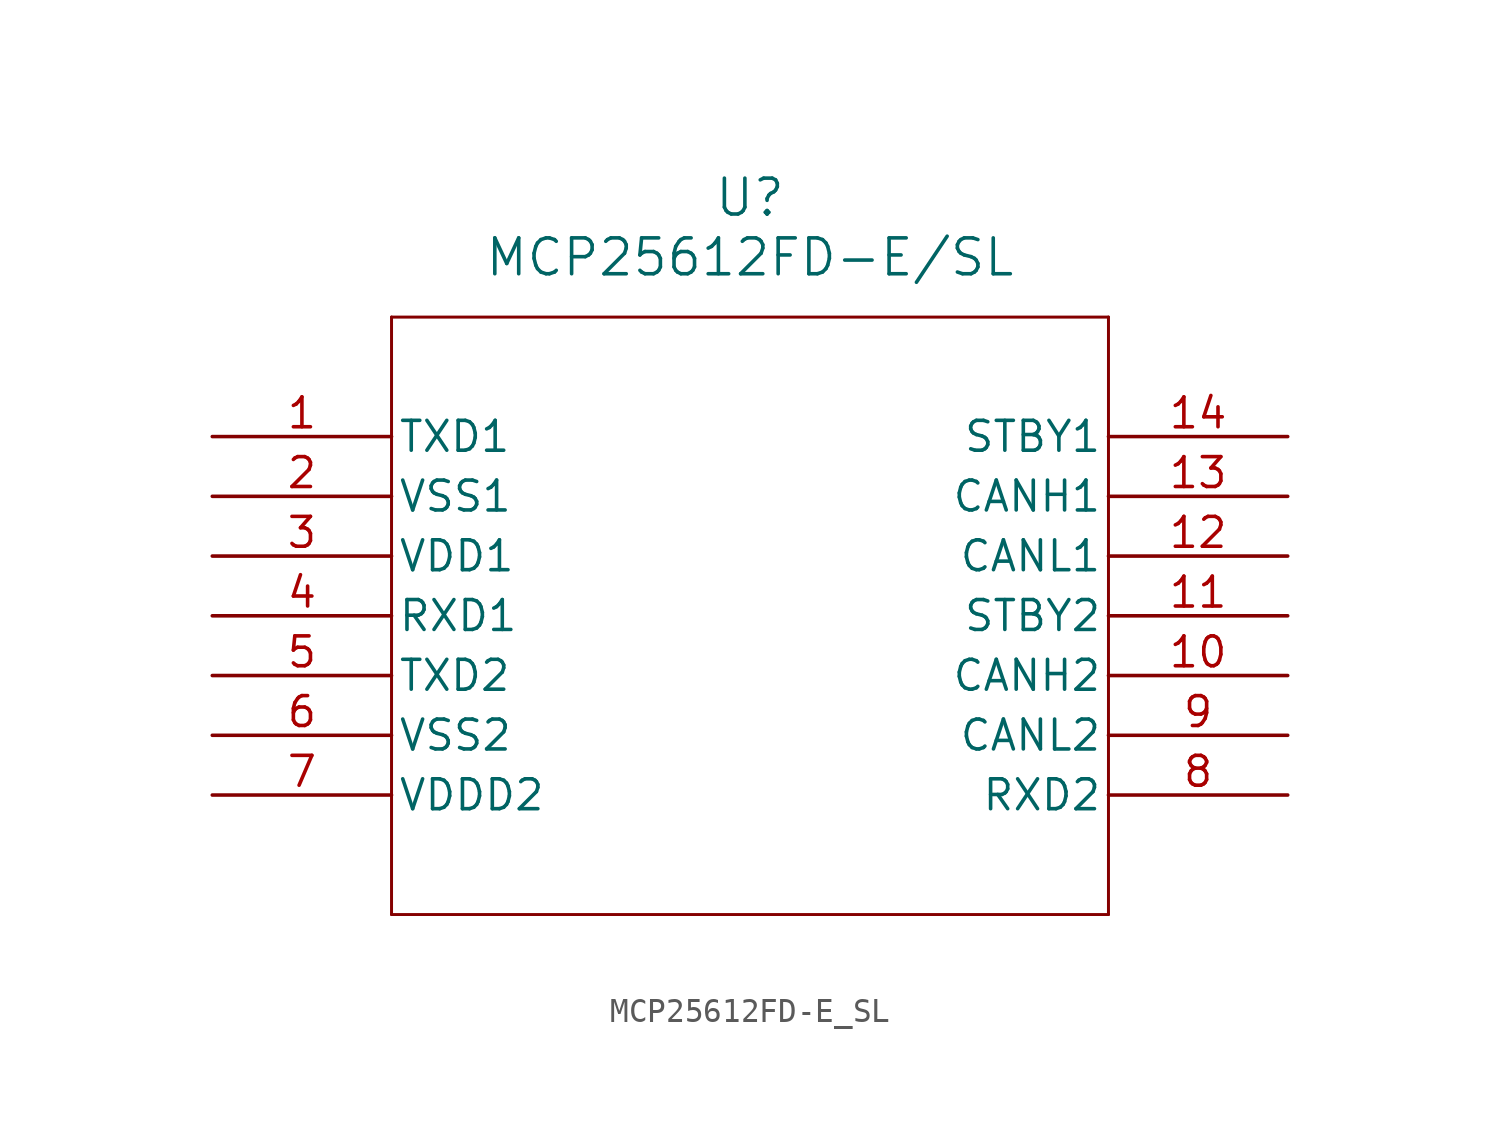
<source format=kicad_sym>
(kicad_symbol_lib
  (version 20211014)
  (generator kicad_symbol_editor)
  (symbol "MCP25612FD-E_SL"
    (pin_names
      (offset 0.254))
    (property "Reference" "U"
      (at 22.86 10.16 0)
      (effects (font (size 1.524 1.524))))
    (property "Value" "MCP25612FD-E/SL"
      (at 22.86 7.62 0)
      (effects (font (size 1.524 1.524))))
    (symbol "MCP25612FD-E_SL_0_1"
      (polyline (pts (xy 7.62 5.08) (xy 7.62 -20.32)) (stroke (width 0.127) (type default) (color 0 0 0 0)) (fill (type none)))
      (polyline (pts (xy 7.62 -20.32) (xy 38.1 -20.32)) (stroke (width 0.127) (type default) (color 0 0 0 0)) (fill (type none)))
      (polyline (pts (xy 38.1 -20.32) (xy 38.1 5.08)) (stroke (width 0.127) (type default) (color 0 0 0 0)) (fill (type none)))
      (polyline (pts (xy 38.1 5.08) (xy 7.62 5.08)) (stroke (width 0.127) (type default) (color 0 0 0 0)) (fill (type none)))
      (pin input line (at 0 0 0) (length 7.62) (name "TXD1" (effects (font (size 1.27 1.27)))) (number "1" (effects (font (size 1.27 1.27)))))
      (pin power_out line (at 0 -2.54 0) (length 7.62) (name "VSS1" (effects (font (size 1.27 1.27)))) (number "2" (effects (font (size 1.27 1.27)))))
      (pin power_in line (at 0 -5.08 0) (length 7.62) (name "VDD1" (effects (font (size 1.27 1.27)))) (number "3" (effects (font (size 1.27 1.27)))))
      (pin output line (at 0 -7.62 0) (length 7.62) (name "RXD1" (effects (font (size 1.27 1.27)))) (number "4" (effects (font (size 1.27 1.27)))))
      (pin input line (at 0 -10.16 0) (length 7.62) (name "TXD2" (effects (font (size 1.27 1.27)))) (number "5" (effects (font (size 1.27 1.27)))))
      (pin power_out line (at 0 -12.7 0) (length 7.62) (name "VSS2" (effects (font (size 1.27 1.27)))) (number "6" (effects (font (size 1.27 1.27)))))
      (pin power_in line (at 0 -15.24 0) (length 7.62) (name "VDDD2" (effects (font (size 1.27 1.27)))) (number "7" (effects (font (size 1.27 1.27)))))
      (pin output line (at 45.72 -15.24 180) (length 7.62) (name "RXD2" (effects (font (size 1.27 1.27)))) (number "8" (effects (font (size 1.27 1.27)))))
      (pin bidirectional line (at 45.72 -12.7 180) (length 7.62) (name "CANL2" (effects (font (size 1.27 1.27)))) (number "9" (effects (font (size 1.27 1.27)))))
      (pin bidirectional line (at 45.72 -10.16 180) (length 7.62) (name "CANH2" (effects (font (size 1.27 1.27)))) (number "10" (effects (font (size 1.27 1.27)))))
      (pin input line (at 45.72 -7.62 180) (length 7.62) (name "STBY2" (effects (font (size 1.27 1.27)))) (number "11" (effects (font (size 1.27 1.27)))))
      (pin bidirectional line (at 45.72 -5.08 180) (length 7.62) (name "CANL1" (effects (font (size 1.27 1.27)))) (number "12" (effects (font (size 1.27 1.27)))))
      (pin bidirectional line (at 45.72 -2.54 180) (length 7.62) (name "CANH1" (effects (font (size 1.27 1.27)))) (number "13" (effects (font (size 1.27 1.27)))))
      (pin input line (at 45.72 0 180) (length 7.62) (name "STBY1" (effects (font (size 1.27 1.27)))) (number "14" (effects (font (size 1.27 1.27))))))))
</source>
